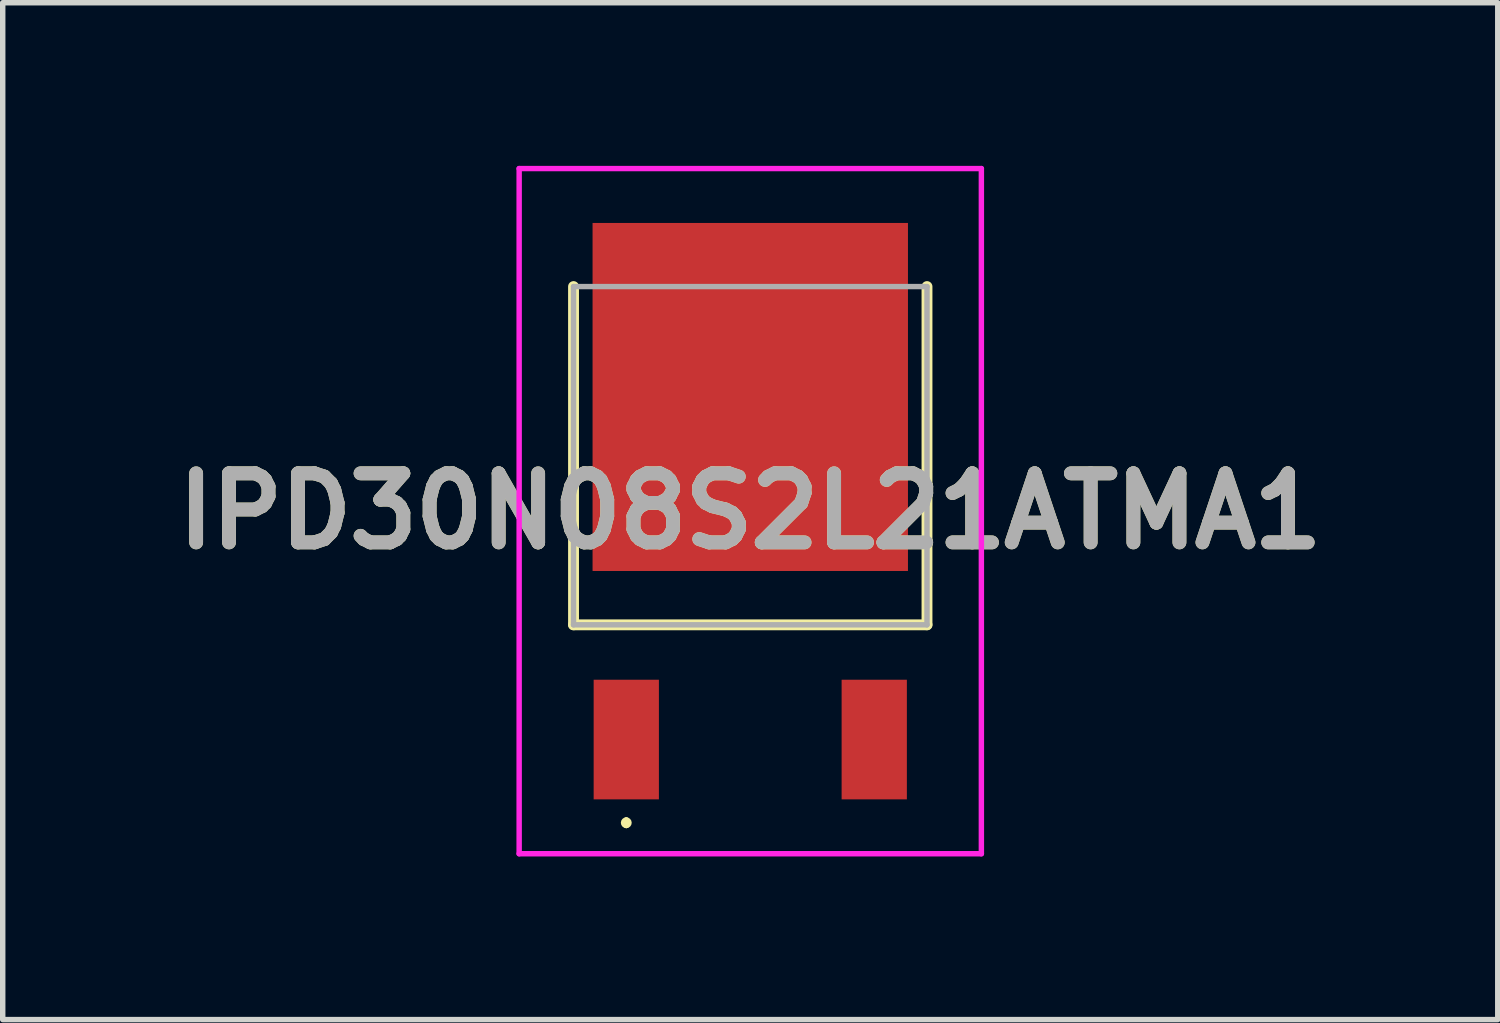
<source format=kicad_pcb>
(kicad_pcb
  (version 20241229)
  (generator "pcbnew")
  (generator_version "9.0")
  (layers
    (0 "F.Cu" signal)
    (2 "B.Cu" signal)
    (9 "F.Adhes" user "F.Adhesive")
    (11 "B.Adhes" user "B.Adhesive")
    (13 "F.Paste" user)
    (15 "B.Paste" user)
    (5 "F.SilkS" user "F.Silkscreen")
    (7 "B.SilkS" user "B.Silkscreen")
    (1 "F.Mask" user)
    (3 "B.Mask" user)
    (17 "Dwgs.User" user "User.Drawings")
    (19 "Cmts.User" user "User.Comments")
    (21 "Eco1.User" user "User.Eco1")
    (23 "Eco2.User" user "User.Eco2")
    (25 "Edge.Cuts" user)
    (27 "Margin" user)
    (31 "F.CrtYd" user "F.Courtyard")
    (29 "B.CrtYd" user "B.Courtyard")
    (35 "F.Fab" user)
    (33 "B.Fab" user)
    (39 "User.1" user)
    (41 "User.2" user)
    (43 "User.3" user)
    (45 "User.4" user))
  (footprint "IPD30N08S2L21ATMA1"
    (layer "F.Cu")
    (at 10.747 5.33)
    (property "Reference" "IPD30N08S2L21ATMA1" (at 0 1.02 0) (layer "F.SilkS") (effects (font (size 1.27 1.27) (thickness 0.254))))
    (attr smd)
    (fp_line (start -3.25 -3.11) (end -3.25 3.11) (stroke (width 0.2) (type solid)) (layer "F.SilkS"))
    (fp_line (start -3.25 3.11) (end 3.25 3.11) (stroke (width 0.2) (type solid)) (layer "F.SilkS"))
    (fp_line (start -2.28 6.7) (end -2.28 6.7) (stroke (width 0.1) (type solid)) (layer "F.SilkS"))
    (fp_line (start -2.28 6.8) (end -2.28 6.8) (stroke (width 0.1) (type solid)) (layer "F.SilkS"))
    (fp_line (start 3.25 3.11) (end 3.25 -3.11) (stroke (width 0.2) (type solid)) (layer "F.SilkS"))
    (fp_arc (start -2.28 6.7) (mid -2.23 6.75) (end -2.28 6.8) (stroke (width 0.1) (type solid)) (layer "F.SilkS"))
    (fp_arc (start -2.28 6.8) (mid -2.33 6.75) (end -2.28 6.7) (stroke (width 0.1) (type solid)) (layer "F.SilkS"))
    (fp_line (start -4.25 -5.28) (end 4.25 -5.28) (stroke (width 0.1) (type solid)) (layer "F.CrtYd"))
    (fp_line (start -4.25 7.32) (end -4.25 -5.28) (stroke (width 0.1) (type solid)) (layer "F.CrtYd"))
    (fp_line (start 4.25 -5.28) (end 4.25 7.32) (stroke (width 0.1) (type solid)) (layer "F.CrtYd"))
    (fp_line (start 4.25 7.32) (end -4.25 7.32) (stroke (width 0.1) (type solid)) (layer "F.CrtYd"))
    (fp_line (start -3.25 -3.11) (end 3.25 -3.11) (stroke (width 0.1) (type solid)) (layer "F.Fab"))
    (fp_line (start -3.25 3.11) (end -3.25 -3.11) (stroke (width 0.1) (type solid)) (layer "F.Fab"))
    (fp_line (start 3.25 -3.11) (end 3.25 3.11) (stroke (width 0.1) (type solid)) (layer "F.Fab"))
    (fp_line (start 3.25 3.11) (end -3.25 3.11) (stroke (width 0.1) (type solid)) (layer "F.Fab"))
    (fp_text user "${REFERENCE}" (at 0 1.02 0) (layer "F.Fab") (effects (font (size 1.27 1.27) (thickness 0.254))))
    (pad "1" smd rect (at -2.28 5.22) (size 1.2 2.2) (layers "F.Cu" "F.Mask" "F.Paste"))
    (pad "2" smd rect (at 0 -1.08) (size 5.8 6.4) (layers "F.Cu" "F.Mask" "F.Paste"))
    (pad "3" smd rect (at 2.28 5.22) (size 1.2 2.2) (layers "F.Cu" "F.Mask" "F.Paste")))
  (gr_rect
    (start -3 -3)
    (end 24.493 15.7)
    (stroke (width 0.1) (type default))
    (fill no)
    (layer "Edge.Cuts")))
</source>
